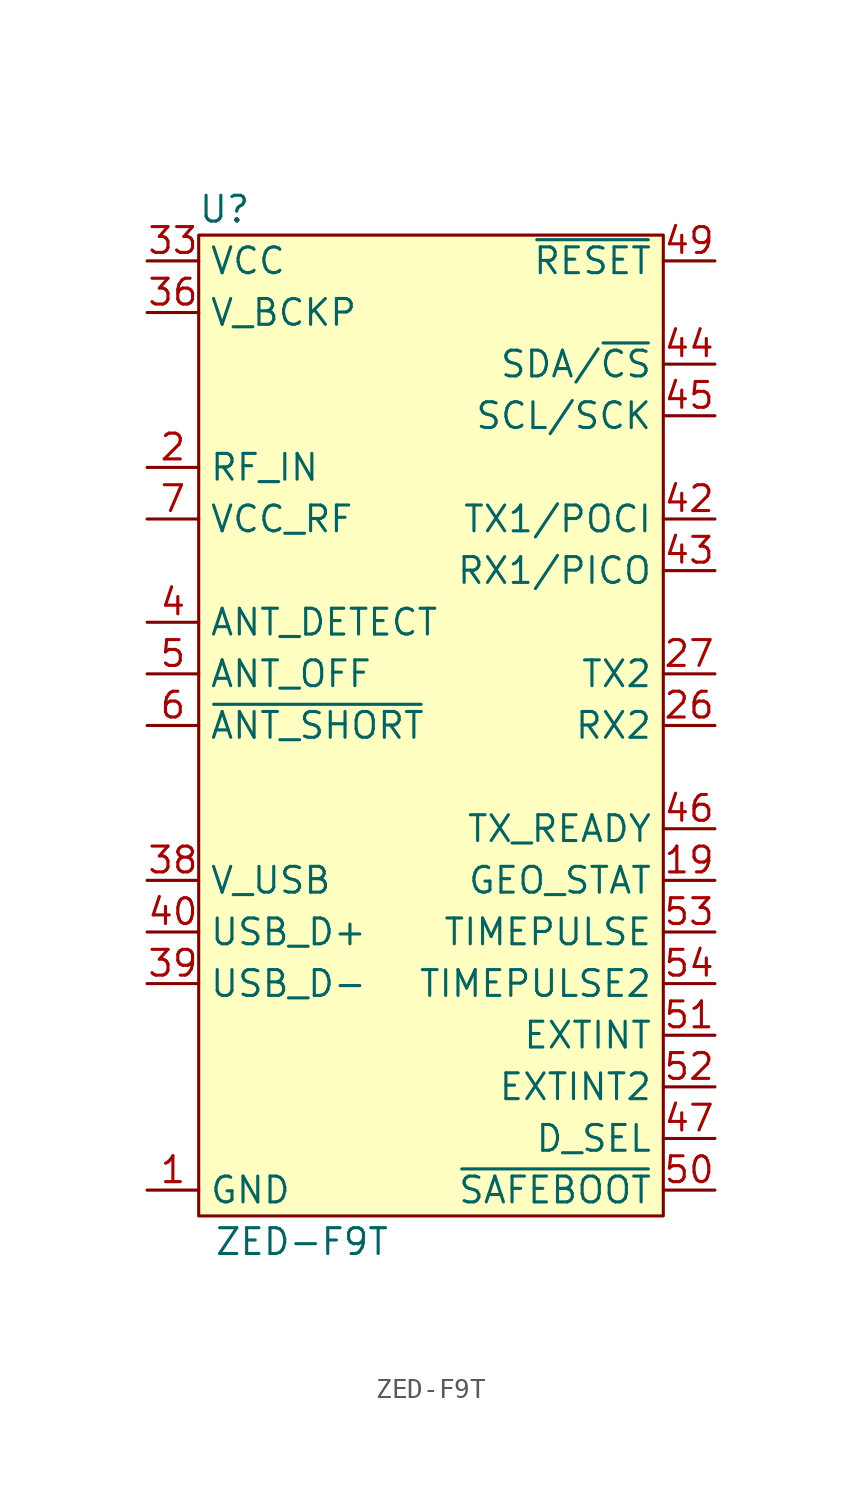
<source format=kicad_sym>
(kicad_symbol_lib
  (version 20241209)
  (generator "kicad_symbol_editor")
  (generator_version "9.0")
  (symbol "ZED-F9T"
    (property "Reference" "U"
      (at -10.16 25.4 0)
      (effects (font (size 1.27 1.27))))
    (property "Value" "ZED-F9T"
      (at -6.35 -25.4 0)
      (effects (font (size 1.27 1.27))))
    (symbol "ZED-F9T_1_0"
      (pin power_in line (at -13.97 -22.86 0) (length 2.54) (name "GND" (effects (font (size 1.27 1.27)))) (number "1" (effects (font (size 1.27 1.27)))))
      (pin power_in line (at -13.97 -22.86 0) (length 2.54) (hide yes) (name "GND" (effects (font (size 1.27 1.27)))) (number "100" (effects (font (size 1.27 1.27)))))
      (pin power_in line (at -13.97 -22.86 0) (length 2.54) (hide yes) (name "GND" (effects (font (size 1.27 1.27)))) (number "101" (effects (font (size 1.27 1.27)))))
      (pin power_in line (at -13.97 -22.86 0) (length 2.54) (hide yes) (name "GND" (effects (font (size 1.27 1.27)))) (number "102" (effects (font (size 1.27 1.27)))))
      (pin power_in line (at -13.97 -22.86 0) (length 2.54) (hide yes) (name "GND" (effects (font (size 1.27 1.27)))) (number "12" (effects (font (size 1.27 1.27)))))
      (pin power_in line (at -13.97 -22.86 0) (length 2.54) (hide yes) (name "GND" (effects (font (size 1.27 1.27)))) (number "14" (effects (font (size 1.27 1.27)))))
      (pin power_in line (at -13.97 -22.86 0) (length 2.54) (hide yes) (name "GND" (effects (font (size 1.27 1.27)))) (number "3" (effects (font (size 1.27 1.27)))))
      (pin power_in line (at -13.97 -22.86 0) (length 2.54) (hide yes) (name "GND" (effects (font (size 1.27 1.27)))) (number "32" (effects (font (size 1.27 1.27)))))
      (pin power_in line (at -13.97 -22.86 0) (length 2.54) (hide yes) (name "GND" (effects (font (size 1.27 1.27)))) (number "37" (effects (font (size 1.27 1.27)))))
      (pin power_in line (at -13.97 -22.86 0) (length 2.54) (hide yes) (name "GND" (effects (font (size 1.27 1.27)))) (number "41" (effects (font (size 1.27 1.27)))))
      (pin power_in line (at -13.97 -22.86 0) (length 2.54) (hide yes) (name "GND" (effects (font (size 1.27 1.27)))) (number "48" (effects (font (size 1.27 1.27)))))
      (pin power_in line (at -13.97 -22.86 0) (length 2.54) (hide yes) (name "GND" (effects (font (size 1.27 1.27)))) (number "55" (effects (font (size 1.27 1.27)))))
      (pin power_in line (at -13.97 -22.86 0) (length 2.54) (hide yes) (name "GND" (effects (font (size 1.27 1.27)))) (number "56" (effects (font (size 1.27 1.27)))))
      (pin power_in line (at -13.97 -22.86 0) (length 2.54) (hide yes) (name "GND" (effects (font (size 1.27 1.27)))) (number "57" (effects (font (size 1.27 1.27)))))
      (pin power_in line (at -13.97 -22.86 0) (length 2.54) (hide yes) (name "GND" (effects (font (size 1.27 1.27)))) (number "58" (effects (font (size 1.27 1.27)))))
      (pin power_in line (at -13.97 -22.86 0) (length 2.54) (hide yes) (name "GND" (effects (font (size 1.27 1.27)))) (number "59" (effects (font (size 1.27 1.27)))))
      (pin power_in line (at -13.97 -22.86 0) (length 2.54) (hide yes) (name "GND" (effects (font (size 1.27 1.27)))) (number "60" (effects (font (size 1.27 1.27)))))
      (pin power_in line (at -13.97 -22.86 0) (length 2.54) (hide yes) (name "GND" (effects (font (size 1.27 1.27)))) (number "61" (effects (font (size 1.27 1.27)))))
      (pin power_in line (at -13.97 -22.86 0) (length 2.54) (hide yes) (name "GND" (effects (font (size 1.27 1.27)))) (number "62" (effects (font (size 1.27 1.27)))))
      (pin power_in line (at -13.97 -22.86 0) (length 2.54) (hide yes) (name "GND" (effects (font (size 1.27 1.27)))) (number "63" (effects (font (size 1.27 1.27)))))
      (pin power_in line (at -13.97 -22.86 0) (length 2.54) (hide yes) (name "GND" (effects (font (size 1.27 1.27)))) (number "64" (effects (font (size 1.27 1.27)))))
      (pin power_in line (at -13.97 -22.86 0) (length 2.54) (hide yes) (name "GND" (effects (font (size 1.27 1.27)))) (number "65" (effects (font (size 1.27 1.27)))))
      (pin power_in line (at -13.97 -22.86 0) (length 2.54) (hide yes) (name "GND" (effects (font (size 1.27 1.27)))) (number "66" (effects (font (size 1.27 1.27)))))
      (pin power_in line (at -13.97 -22.86 0) (length 2.54) (hide yes) (name "GND" (effects (font (size 1.27 1.27)))) (number "67" (effects (font (size 1.27 1.27)))))
      (pin power_in line (at -13.97 -22.86 0) (length 2.54) (hide yes) (name "GND" (effects (font (size 1.27 1.27)))) (number "68" (effects (font (size 1.27 1.27)))))
      (pin power_in line (at -13.97 -22.86 0) (length 2.54) (hide yes) (name "GND" (effects (font (size 1.27 1.27)))) (number "69" (effects (font (size 1.27 1.27)))))
      (pin power_in line (at -13.97 -22.86 0) (length 2.54) (hide yes) (name "GND" (effects (font (size 1.27 1.27)))) (number "70" (effects (font (size 1.27 1.27)))))
      (pin power_in line (at -13.97 -22.86 0) (length 2.54) (hide yes) (name "GND" (effects (font (size 1.27 1.27)))) (number "71" (effects (font (size 1.27 1.27)))))
      (pin power_in line (at -13.97 -22.86 0) (length 2.54) (hide yes) (name "GND" (effects (font (size 1.27 1.27)))) (number "72" (effects (font (size 1.27 1.27)))))
      (pin power_in line (at -13.97 -22.86 0) (length 2.54) (hide yes) (name "GND" (effects (font (size 1.27 1.27)))) (number "73" (effects (font (size 1.27 1.27)))))
      (pin power_in line (at -13.97 -22.86 0) (length 2.54) (hide yes) (name "GND" (effects (font (size 1.27 1.27)))) (number "74" (effects (font (size 1.27 1.27)))))
      (pin power_in line (at -13.97 -22.86 0) (length 2.54) (hide yes) (name "GND" (effects (font (size 1.27 1.27)))) (number "75" (effects (font (size 1.27 1.27)))))
      (pin power_in line (at -13.97 -22.86 0) (length 2.54) (hide yes) (name "GND" (effects (font (size 1.27 1.27)))) (number "76" (effects (font (size 1.27 1.27)))))
      (pin power_in line (at -13.97 -22.86 0) (length 2.54) (hide yes) (name "GND" (effects (font (size 1.27 1.27)))) (number "77" (effects (font (size 1.27 1.27)))))
      (pin power_in line (at -13.97 -22.86 0) (length 2.54) (hide yes) (name "GND" (effects (font (size 1.27 1.27)))) (number "78" (effects (font (size 1.27 1.27)))))
      (pin power_in line (at -13.97 -22.86 0) (length 2.54) (hide yes) (name "GND" (effects (font (size 1.27 1.27)))) (number "79" (effects (font (size 1.27 1.27)))))
      (pin power_in line (at -13.97 -22.86 0) (length 2.54) (hide yes) (name "GND" (effects (font (size 1.27 1.27)))) (number "80" (effects (font (size 1.27 1.27)))))
      (pin power_in line (at -13.97 -22.86 0) (length 2.54) (hide yes) (name "GND" (effects (font (size 1.27 1.27)))) (number "81" (effects (font (size 1.27 1.27)))))
      (pin power_in line (at -13.97 -22.86 0) (length 2.54) (hide yes) (name "GND" (effects (font (size 1.27 1.27)))) (number "82" (effects (font (size 1.27 1.27)))))
      (pin power_in line (at -13.97 -22.86 0) (length 2.54) (hide yes) (name "GND" (effects (font (size 1.27 1.27)))) (number "83" (effects (font (size 1.27 1.27)))))
      (pin power_in line (at -13.97 -22.86 0) (length 2.54) (hide yes) (name "GND" (effects (font (size 1.27 1.27)))) (number "84" (effects (font (size 1.27 1.27)))))
      (pin power_in line (at -13.97 -22.86 0) (length 2.54) (hide yes) (name "GND" (effects (font (size 1.27 1.27)))) (number "85" (effects (font (size 1.27 1.27)))))
      (pin power_in line (at -13.97 -22.86 0) (length 2.54) (hide yes) (name "GND" (effects (font (size 1.27 1.27)))) (number "86" (effects (font (size 1.27 1.27)))))
      (pin power_in line (at -13.97 -22.86 0) (length 2.54) (hide yes) (name "GND" (effects (font (size 1.27 1.27)))) (number "87" (effects (font (size 1.27 1.27)))))
      (pin power_in line (at -13.97 -22.86 0) (length 2.54) (hide yes) (name "GND" (effects (font (size 1.27 1.27)))) (number "88" (effects (font (size 1.27 1.27)))))
      (pin power_in line (at -13.97 -22.86 0) (length 2.54) (hide yes) (name "GND" (effects (font (size 1.27 1.27)))) (number "89" (effects (font (size 1.27 1.27)))))
      (pin power_in line (at -13.97 -22.86 0) (length 2.54) (hide yes) (name "GND" (effects (font (size 1.27 1.27)))) (number "90" (effects (font (size 1.27 1.27)))))
      (pin power_in line (at -13.97 -22.86 0) (length 2.54) (hide yes) (name "GND" (effects (font (size 1.27 1.27)))) (number "91" (effects (font (size 1.27 1.27)))))
      (pin power_in line (at -13.97 -22.86 0) (length 2.54) (hide yes) (name "GND" (effects (font (size 1.27 1.27)))) (number "92" (effects (font (size 1.27 1.27)))))
      (pin power_in line (at -13.97 -22.86 0) (length 2.54) (hide yes) (name "GND" (effects (font (size 1.27 1.27)))) (number "93" (effects (font (size 1.27 1.27)))))
      (pin power_in line (at -13.97 -22.86 0) (length 2.54) (hide yes) (name "GND" (effects (font (size 1.27 1.27)))) (number "94" (effects (font (size 1.27 1.27)))))
      (pin power_in line (at -13.97 -22.86 0) (length 2.54) (hide yes) (name "GND" (effects (font (size 1.27 1.27)))) (number "95" (effects (font (size 1.27 1.27)))))
      (pin power_in line (at -13.97 -22.86 0) (length 2.54) (hide yes) (name "GND" (effects (font (size 1.27 1.27)))) (number "96" (effects (font (size 1.27 1.27)))))
      (pin power_in line (at -13.97 -22.86 0) (length 2.54) (hide yes) (name "GND" (effects (font (size 1.27 1.27)))) (number "97" (effects (font (size 1.27 1.27)))))
      (pin power_in line (at -13.97 -22.86 0) (length 2.54) (hide yes) (name "GND" (effects (font (size 1.27 1.27)))) (number "98" (effects (font (size 1.27 1.27)))))
      (pin power_in line (at -13.97 -22.86 0) (length 2.54) (hide yes) (name "GND" (effects (font (size 1.27 1.27)))) (number "99" (effects (font (size 1.27 1.27)))))
      (pin input line (at 13.97 -15.24 180) (length 2.54) (name "EXTINT" (effects (font (size 1.27 1.27)))) (number "51" (effects (font (size 1.27 1.27)))))
      (pin input line (at 13.97 -17.78 180) (length 2.54) (name "EXTINT2" (effects (font (size 1.27 1.27)))) (number "52" (effects (font (size 1.27 1.27)))))
      (pin input line (at 13.97 -20.32 180) (length 2.54) (name "D_SEL" (effects (font (size 1.27 1.27)))) (number "47" (effects (font (size 1.27 1.27)))))
      (pin input line (at 13.97 -22.86 180) (length 2.54) (name "~{SAFEBOOT}" (effects (font (size 1.27 1.27)))) (number "50" (effects (font (size 1.27 1.27))))))
    (symbol "ZED-F9T_1_1"
      (rectangle (start -11.43 24.13) (end 11.43 -24.13) (stroke (width 0) (type default)) (fill (type background)))
      (pin power_in line (at -13.97 22.86 0) (length 2.54) (name "VCC" (effects (font (size 1.27 1.27)))) (number "33" (effects (font (size 1.27 1.27)))))
      (pin power_in line (at -13.97 22.86 0) (length 2.54) (hide yes) (name "VCC" (effects (font (size 1.27 1.27)))) (number "34" (effects (font (size 1.27 1.27)))))
      (pin power_in line (at -13.97 20.32 0) (length 2.54) (name "V_BCKP" (effects (font (size 1.27 1.27)))) (number "36" (effects (font (size 1.27 1.27)))))
      (pin input line (at -13.97 12.7 0) (length 2.54) (name "RF_IN" (effects (font (size 1.27 1.27)))) (number "2" (effects (font (size 1.27 1.27)))))
      (pin power_out line (at -13.97 10.16 0) (length 2.54) (name "VCC_RF" (effects (font (size 1.27 1.27)))) (number "7" (effects (font (size 1.27 1.27)))))
      (pin input line (at -13.97 5.08 0) (length 2.54) (name "ANT_DETECT" (effects (font (size 1.27 1.27)))) (number "4" (effects (font (size 1.27 1.27)))))
      (pin output line (at -13.97 2.54 0) (length 2.54) (name "ANT_OFF" (effects (font (size 1.27 1.27)))) (number "5" (effects (font (size 1.27 1.27)))))
      (pin output line (at -13.97 0 0) (length 2.54) (name "~{ANT_SHORT}" (effects (font (size 1.27 1.27)))) (number "6" (effects (font (size 1.27 1.27)))))
      (pin power_in line (at -13.97 -7.62 0) (length 2.54) (name "V_USB" (effects (font (size 1.27 1.27)))) (number "38" (effects (font (size 1.27 1.27)))))
      (pin bidirectional line (at -13.97 -10.16 0) (length 2.54) (name "USB_D+" (effects (font (size 1.27 1.27)))) (number "40" (effects (font (size 1.27 1.27)))))
      (pin bidirectional line (at -13.97 -12.7 0) (length 2.54) (name "USB_D-" (effects (font (size 1.27 1.27)))) (number "39" (effects (font (size 1.27 1.27)))))
      (pin input line (at 13.97 22.86 180) (length 2.54) (name "~{RESET}" (effects (font (size 1.27 1.27)))) (number "49" (effects (font (size 1.27 1.27)))))
      (pin bidirectional line (at 13.97 17.78 180) (length 2.54) (name "SDA/~{CS}" (effects (font (size 1.27 1.27)))) (number "44" (effects (font (size 1.27 1.27)))))
      (pin bidirectional line (at 13.97 15.24 180) (length 2.54) (name "SCL/SCK" (effects (font (size 1.27 1.27)))) (number "45" (effects (font (size 1.27 1.27)))))
      (pin output line (at 13.97 10.16 180) (length 2.54) (name "TX1/POCI" (effects (font (size 1.27 1.27)))) (number "42" (effects (font (size 1.27 1.27)))))
      (pin input line (at 13.97 7.62 180) (length 2.54) (name "RX1/PICO" (effects (font (size 1.27 1.27)))) (number "43" (effects (font (size 1.27 1.27)))))
      (pin output line (at 13.97 2.54 180) (length 2.54) (name "TX2" (effects (font (size 1.27 1.27)))) (number "27" (effects (font (size 1.27 1.27)))))
      (pin input line (at 13.97 0 180) (length 2.54) (name "RX2" (effects (font (size 1.27 1.27)))) (number "26" (effects (font (size 1.27 1.27)))))
      (pin output line (at 13.97 -5.08 180) (length 2.54) (name "TX_READY" (effects (font (size 1.27 1.27)))) (number "46" (effects (font (size 1.27 1.27)))))
      (pin output line (at 13.97 -7.62 180) (length 2.54) (name "GEO_STAT" (effects (font (size 1.27 1.27)))) (number "19" (effects (font (size 1.27 1.27)))))
      (pin output line (at 13.97 -10.16 180) (length 2.54) (name "TIMEPULSE" (effects (font (size 1.27 1.27)))) (number "53" (effects (font (size 1.27 1.27)))))
      (pin output line (at 13.97 -12.7 180) (length 2.54) (name "TIMEPULSE2" (effects (font (size 1.27 1.27)))) (number "54" (effects (font (size 1.27 1.27))))))))
</source>
